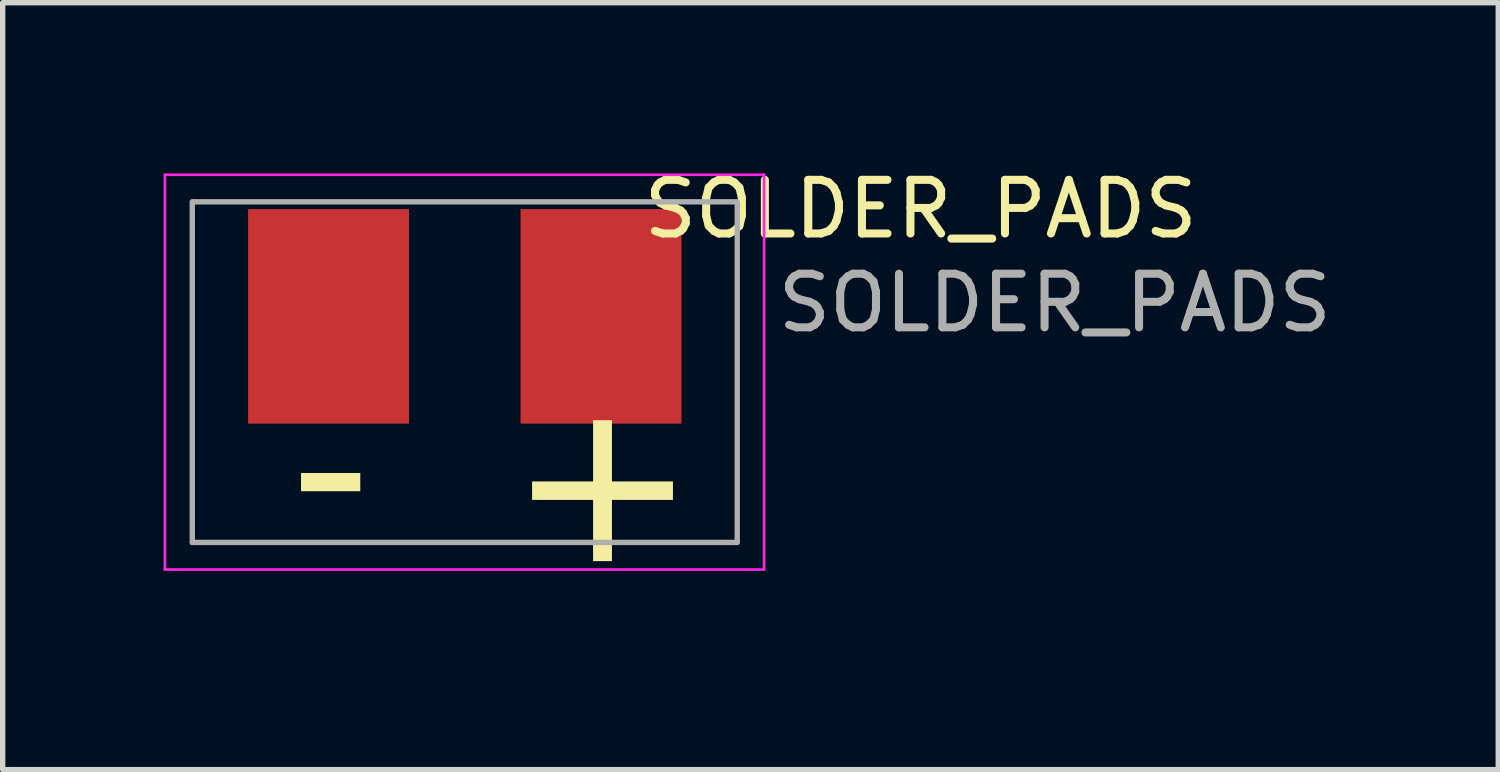
<source format=kicad_pcb>
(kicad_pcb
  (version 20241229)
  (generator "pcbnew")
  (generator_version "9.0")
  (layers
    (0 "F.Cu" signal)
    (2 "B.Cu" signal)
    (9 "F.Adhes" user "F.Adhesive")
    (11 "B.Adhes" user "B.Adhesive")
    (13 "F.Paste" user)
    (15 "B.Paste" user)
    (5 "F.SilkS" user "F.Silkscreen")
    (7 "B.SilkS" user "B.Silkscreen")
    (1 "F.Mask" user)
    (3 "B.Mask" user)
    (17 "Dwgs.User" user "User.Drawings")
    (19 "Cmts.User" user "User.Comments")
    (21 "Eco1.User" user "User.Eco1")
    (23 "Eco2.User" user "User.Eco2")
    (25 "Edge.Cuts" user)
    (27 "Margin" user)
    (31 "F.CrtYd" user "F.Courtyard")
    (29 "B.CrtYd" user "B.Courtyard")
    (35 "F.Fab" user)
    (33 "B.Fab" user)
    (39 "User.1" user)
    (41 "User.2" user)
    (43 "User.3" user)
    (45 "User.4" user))
  (footprint "SOLDER_PADS"
    (layer "F.Cu")
    (at 5.615 1.348)
    (property "Reference" "SOLDER_PADS" (at 8.5 -0.5 180) (layer "F.SilkS") (effects (font (size 1 1) (thickness 0.15))))
    (attr through_hole)
    (fp_line (start -5.59 -1.14) (end -5.59 6.22) (stroke (width 0.05) (type solid)) (layer "F.CrtYd"))
    (fp_line (start -5.59 6.22) (end 5.58 6.22) (stroke (width 0.05) (type solid)) (layer "F.CrtYd"))
    (fp_line (start 5.58 -1.14) (end -5.59 -1.14) (stroke (width 0.05) (type solid)) (layer "F.CrtYd"))
    (fp_line (start 5.58 6.22) (end 5.58 -1.14) (stroke (width 0.05) (type solid)) (layer "F.CrtYd"))
    (fp_line (start -5.08 5.715) (end -5.08 -0.635) (stroke (width 0.1) (type solid)) (layer "F.Fab"))
    (fp_line (start -5.075 -0.635) (end 5.075 -0.635) (stroke (width 0.1) (type solid)) (layer "F.Fab"))
    (fp_line (start 5.08 -0.625) (end 5.08 5.7) (stroke (width 0.1) (type solid)) (layer "F.Fab"))
    (fp_line (start 5.08 5.715) (end -5.08 5.715) (stroke (width 0.1) (type solid)) (layer "F.Fab"))
    (fp_text user "-" (at -2.5 4.5 0) (unlocked yes) (layer "F.SilkS") (effects (font (face "Bahnschrift") (size 3 3) (thickness 0.1))))
    (fp_text user "+" (at 2.5 4.75 270) (unlocked yes) (layer "F.SilkS") (effects (font (face "Bahnschrift") (size 3 3) (thickness 0.1))))
    (fp_text user "${REFERENCE}" (at 11 1.25 0) (layer "F.Fab") (effects (font (size 1 1) (thickness 0.15))))
    (pad "1" smd rect (at 2.54 1.5) (size 3 4) (layers "F.Cu" "F.Mask" "F.Paste"))
    (pad "2" smd rect (at -2.54 1.5) (size 3 4) (layers "F.Cu" "F.Mask" "F.Paste")))
  (gr_rect
    (start -3 -3)
    (end 24.883 11.298)
    (stroke (width 0.1) (type default))
    (fill no)
    (layer "Edge.Cuts")))
</source>
